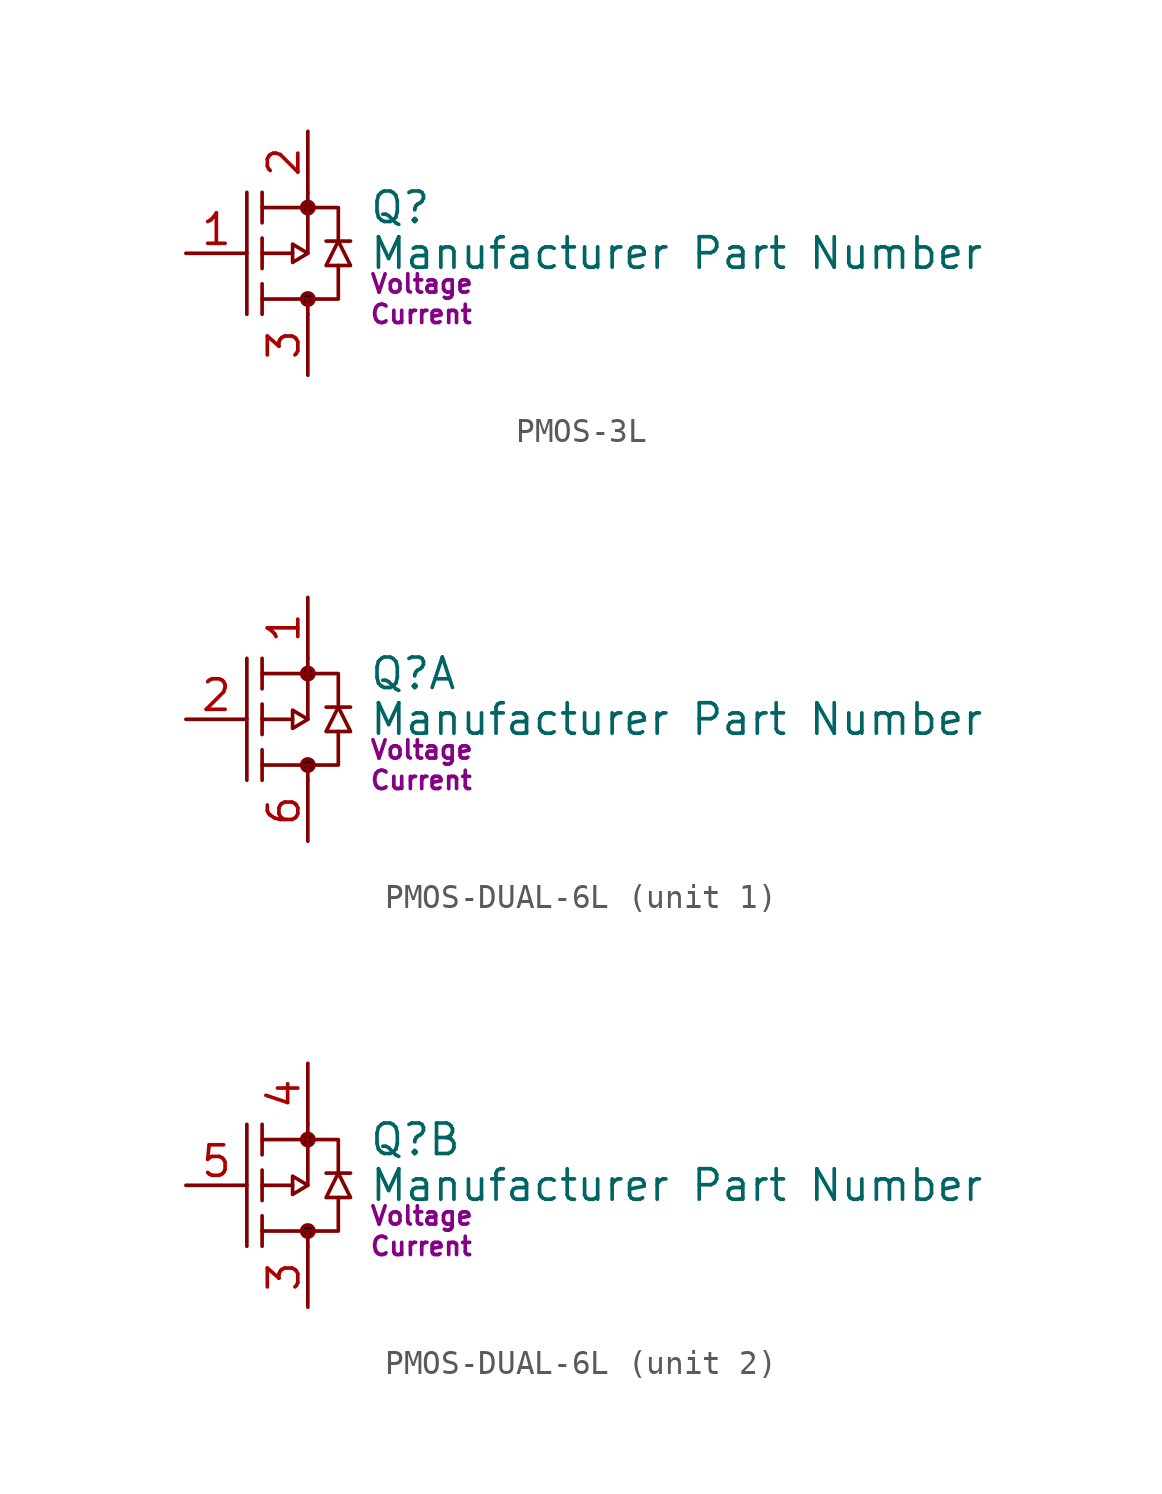
<source format=kicad_sym>
(kicad_symbol_lib
  (version 20231120)
  (generator "kicad_symbol_editor")
  (generator_version "8.0")
  (symbol "PMOS-3L"
    (pin_names
      (offset 0) hide)
    (property "Reference" "Q"
      (at 2.54 -3.175 0)
      (effects (font (size 1.27 1.27)) (justify left)))
    (property "Value" "Manufacturer Part Number"
      (at 2.54 -5.08 0)
      (effects (font (size 1.27 1.27)) (justify left)))
    (property "Voltage" "Voltage"
      (at 2.54 -6.35 0)
      (effects (font (size 0.762 0.762)) (justify left)))
    (property "Current" "Current"
      (at 2.54 -7.62 0)
      (effects (font (size 0.762 0.762)) (justify left)))
    (symbol "PMOS-3L_0_1"
      (polyline (pts (xy -2.54 -2.54) (xy -2.54 -7.62)) (stroke (width 0) (type default)) (fill (type none)))
      (polyline (pts (xy -1.905 -6.35) (xy -1.905 -7.62)) (stroke (width 0) (type default)) (fill (type none)))
      (polyline (pts (xy -1.905 -4.445) (xy -1.905 -5.715)) (stroke (width 0) (type default)) (fill (type none)))
      (polyline (pts (xy -1.905 -2.54) (xy -1.905 -3.81)) (stroke (width 0) (type default)) (fill (type none)))
      (polyline (pts (xy -0.635 -5.08) (xy -1.905 -5.08)) (stroke (width 0) (type default)) (fill (type none)))
      (polyline (pts (xy 0 -3.175) (xy 0 -5.08)) (stroke (width 0) (type default)) (fill (type none)))
      (polyline (pts (xy 0.762 -4.572) (xy 1.778 -4.572)) (stroke (width 0) (type default)) (fill (type none)))
      (polyline (pts (xy -1.905 -6.985) (xy 0 -6.985) (xy 0 -7.62)) (stroke (width 0) (type default)) (fill (type none)))
      (polyline (pts (xy -1.905 -3.175) (xy 0 -3.175) (xy 0 -2.54)) (stroke (width 0) (type default)) (fill (type none)))
      (polyline (pts (xy 0 -6.985) (xy 1.27 -6.985) (xy 1.27 -5.588)) (stroke (width 0) (type default)) (fill (type none)))
      (polyline (pts (xy 0 -3.175) (xy 1.27 -3.175) (xy 1.27 -4.572)) (stroke (width 0) (type default)) (fill (type none)))
      (polyline (pts (xy -0.635 -5.461) (xy -0.635 -4.699) (xy 0 -5.08) (xy -0.635 -5.461)) (stroke (width 0) (type default)) (fill (type none)))
      (polyline (pts (xy 1.27 -4.572) (xy 1.778 -5.588) (xy 0.762 -5.588) (xy 1.27 -4.572)) (stroke (width 0) (type default)) (fill (type none))))
    (symbol "PMOS-3L_1_1"
      (circle (center 0 -6.985) (radius 0.254) (stroke (width 0) (type default)) (fill (type color) (color 0 0 0 1)))
      (circle (center 0 -3.175) (radius 0.254) (stroke (width 0) (type default)) (fill (type color) (color 0 0 0 1)))
      (pin passive line (at -5.08 -5.08 0) (length 2.54) (name "G" (effects (font (size 1.27 1.27)))) (number "1" (effects (font (size 1.27 1.27)))))
      (pin passive line (at 0 0 270) (length 2.54) (name "S" (effects (font (size 1.27 1.27)))) (number "2" (effects (font (size 1.27 1.27)))))
      (pin passive line (at 0 -10.16 90) (length 2.54) (name "D" (effects (font (size 1.27 1.27)))) (number "3" (effects (font (size 1.27 1.27)))))))
  (symbol "PMOS-DUAL-6L"
    (pin_names
      (offset 0) hide)
    (property "Reference" "Q"
      (at 2.54 -3.175 0)
      (effects (font (size 1.27 1.27)) (justify left)))
    (property "Value" "Manufacturer Part Number"
      (at 2.54 -5.08 0)
      (effects (font (size 1.27 1.27)) (justify left)))
    (property "Voltage" "Voltage"
      (at 2.54 -6.35 0)
      (effects (font (size 0.762 0.762)) (justify left)))
    (property "Current" "Current"
      (at 2.54 -7.62 0)
      (effects (font (size 0.762 0.762)) (justify left)))
    (symbol "PMOS-DUAL-6L_0_1"
      (polyline (pts (xy -2.54 -2.54) (xy -2.54 -7.62)) (stroke (width 0) (type default)) (fill (type none)))
      (polyline (pts (xy -1.905 -6.35) (xy -1.905 -7.62)) (stroke (width 0) (type default)) (fill (type none)))
      (polyline (pts (xy -1.905 -4.445) (xy -1.905 -5.715)) (stroke (width 0) (type default)) (fill (type none)))
      (polyline (pts (xy -1.905 -2.54) (xy -1.905 -3.81)) (stroke (width 0) (type default)) (fill (type none)))
      (polyline (pts (xy -0.635 -5.08) (xy -1.905 -5.08)) (stroke (width 0) (type default)) (fill (type none)))
      (polyline (pts (xy 0 -3.175) (xy 0 -5.08)) (stroke (width 0) (type default)) (fill (type none)))
      (polyline (pts (xy 0.762 -4.572) (xy 1.778 -4.572)) (stroke (width 0) (type default)) (fill (type none)))
      (polyline (pts (xy -1.905 -6.985) (xy 0 -6.985) (xy 0 -7.62)) (stroke (width 0) (type default)) (fill (type none)))
      (polyline (pts (xy -1.905 -3.175) (xy 0 -3.175) (xy 0 -2.54)) (stroke (width 0) (type default)) (fill (type none)))
      (polyline (pts (xy 0 -6.985) (xy 1.27 -6.985) (xy 1.27 -5.588)) (stroke (width 0) (type default)) (fill (type none)))
      (polyline (pts (xy 0 -3.175) (xy 1.27 -3.175) (xy 1.27 -4.572)) (stroke (width 0) (type default)) (fill (type none)))
      (polyline (pts (xy -0.635 -5.461) (xy -0.635 -4.699) (xy 0 -5.08) (xy -0.635 -5.461)) (stroke (width 0) (type default)) (fill (type none)))
      (polyline (pts (xy 1.27 -4.572) (xy 1.778 -5.588) (xy 0.762 -5.588) (xy 1.27 -4.572)) (stroke (width 0) (type default)) (fill (type none))))
    (symbol "PMOS-DUAL-6L_1_1"
      (circle (center 0 -6.985) (radius 0.254) (stroke (width 0) (type default)) (fill (type color) (color 0 0 0 1)))
      (circle (center 0 -3.175) (radius 0.254) (stroke (width 0) (type default)) (fill (type color) (color 0 0 0 1)))
      (pin passive line (at 0 0 270) (length 2.54) (name "S1" (effects (font (size 1.27 1.27)))) (number "1" (effects (font (size 1.27 1.27)))))
      (pin passive line (at -5.08 -5.08 0) (length 2.54) (name "G1" (effects (font (size 1.27 1.27)))) (number "2" (effects (font (size 1.27 1.27)))))
      (pin passive line (at 0 -10.16 90) (length 2.54) (name "D1" (effects (font (size 1.27 1.27)))) (number "6" (effects (font (size 1.27 1.27))))))
    (symbol "PMOS-DUAL-6L_2_1"
      (circle (center 0 -6.985) (radius 0.254) (stroke (width 0) (type default)) (fill (type color) (color 0 0 0 1)))
      (circle (center 0 -3.175) (radius 0.254) (stroke (width 0) (type default)) (fill (type color) (color 0 0 0 1)))
      (pin passive line (at 0 -10.16 90) (length 2.54) (name "D2" (effects (font (size 1.27 1.27)))) (number "3" (effects (font (size 1.27 1.27)))))
      (pin passive line (at 0 0 270) (length 2.54) (name "S2" (effects (font (size 1.27 1.27)))) (number "4" (effects (font (size 1.27 1.27)))))
      (pin passive line (at -5.08 -5.08 0) (length 2.54) (name "G2" (effects (font (size 1.27 1.27)))) (number "5" (effects (font (size 1.27 1.27))))))))
</source>
